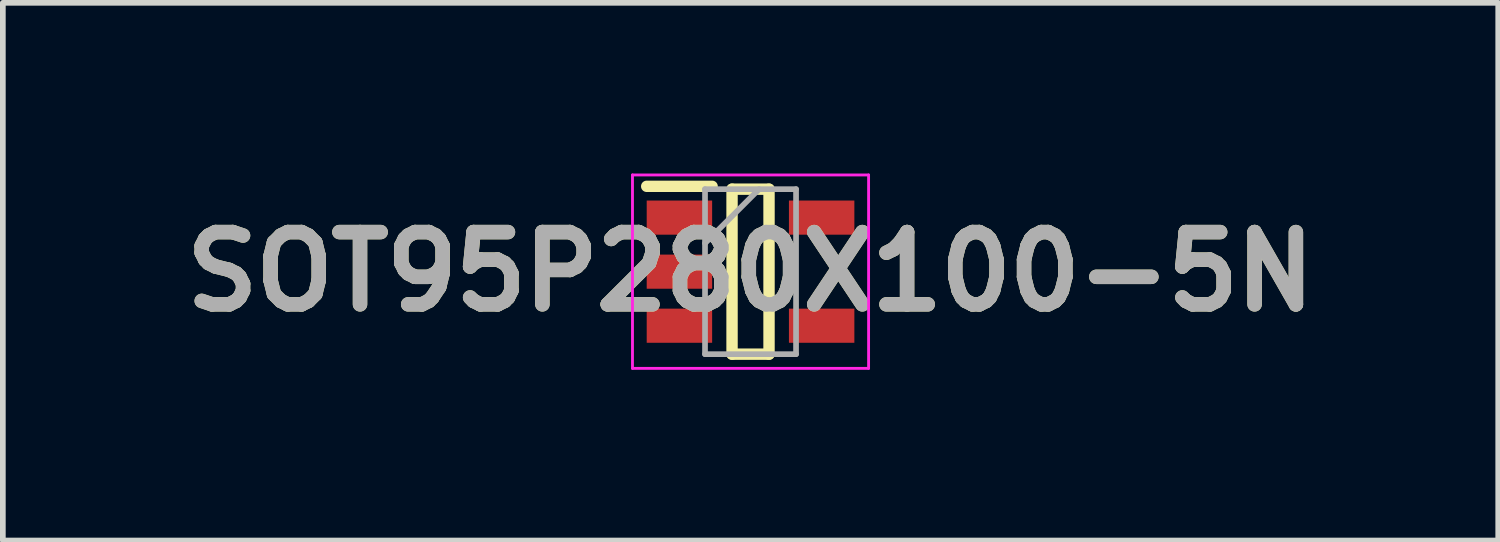
<source format=kicad_pcb>
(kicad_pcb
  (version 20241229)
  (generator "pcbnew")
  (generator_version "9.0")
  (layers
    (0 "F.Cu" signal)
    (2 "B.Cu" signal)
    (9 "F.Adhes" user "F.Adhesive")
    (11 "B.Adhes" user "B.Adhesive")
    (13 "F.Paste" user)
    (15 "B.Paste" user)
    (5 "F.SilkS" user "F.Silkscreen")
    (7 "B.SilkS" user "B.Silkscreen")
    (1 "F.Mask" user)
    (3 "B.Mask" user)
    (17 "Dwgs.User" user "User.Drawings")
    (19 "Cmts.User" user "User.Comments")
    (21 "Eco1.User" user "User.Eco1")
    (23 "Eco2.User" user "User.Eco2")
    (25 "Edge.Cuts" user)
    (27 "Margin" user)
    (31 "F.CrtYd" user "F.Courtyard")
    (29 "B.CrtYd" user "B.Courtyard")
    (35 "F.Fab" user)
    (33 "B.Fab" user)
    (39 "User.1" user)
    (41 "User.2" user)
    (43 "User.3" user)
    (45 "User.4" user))
  (footprint "SOT95P280X100-5N"
    (layer "F.Cu")
    (at 10.142 1.725)
    (property "Reference" "SOT95P280X100-5N" (at 0 0 0) (layer "F.SilkS") (effects (font (size 1.27 1.27) (thickness 0.254))))
    (attr smd)
    (fp_line (start -1.825 -1.5) (end -0.675 -1.5) (stroke (width 0.2) (type solid)) (layer "F.SilkS"))
    (fp_line (start -0.325 -1.45) (end 0.325 -1.45) (stroke (width 0.2) (type solid)) (layer "F.SilkS"))
    (fp_line (start -0.325 1.45) (end -0.325 -1.45) (stroke (width 0.2) (type solid)) (layer "F.SilkS"))
    (fp_line (start 0.325 -1.45) (end 0.325 1.45) (stroke (width 0.2) (type solid)) (layer "F.SilkS"))
    (fp_line (start 0.325 1.45) (end -0.325 1.45) (stroke (width 0.2) (type solid)) (layer "F.SilkS"))
    (fp_line (start -2.075 -1.7) (end 2.075 -1.7) (stroke (width 0.05) (type solid)) (layer "F.CrtYd"))
    (fp_line (start -2.075 1.7) (end -2.075 -1.7) (stroke (width 0.05) (type solid)) (layer "F.CrtYd"))
    (fp_line (start 2.075 -1.7) (end 2.075 1.7) (stroke (width 0.05) (type solid)) (layer "F.CrtYd"))
    (fp_line (start 2.075 1.7) (end -2.075 1.7) (stroke (width 0.05) (type solid)) (layer "F.CrtYd"))
    (fp_line (start -0.8 -1.45) (end 0.8 -1.45) (stroke (width 0.1) (type solid)) (layer "F.Fab"))
    (fp_line (start -0.8 -0.5) (end 0.15 -1.45) (stroke (width 0.1) (type solid)) (layer "F.Fab"))
    (fp_line (start -0.8 1.45) (end -0.8 -1.45) (stroke (width 0.1) (type solid)) (layer "F.Fab"))
    (fp_line (start 0.8 -1.45) (end 0.8 1.45) (stroke (width 0.1) (type solid)) (layer "F.Fab"))
    (fp_line (start 0.8 1.45) (end -0.8 1.45) (stroke (width 0.1) (type solid)) (layer "F.Fab"))
    (fp_text user "${REFERENCE}" (at 0 0 0) (layer "F.Fab") (effects (font (size 1.27 1.27) (thickness 0.254))))
    (pad "1" smd rect (at -1.25 -0.95 90) (size 0.6 1.15) (layers "F.Cu" "F.Mask" "F.Paste"))
    (pad "2" smd rect (at -1.25 0 90) (size 0.6 1.15) (layers "F.Cu" "F.Mask" "F.Paste"))
    (pad "3" smd rect (at -1.25 0.95 90) (size 0.6 1.15) (layers "F.Cu" "F.Mask" "F.Paste"))
    (pad "4" smd rect (at 1.25 0.95 90) (size 0.6 1.15) (layers "F.Cu" "F.Mask" "F.Paste"))
    (pad "5" smd rect (at 1.25 -0.95 90) (size 0.6 1.15) (layers "F.Cu" "F.Mask" "F.Paste")))
  (gr_rect
    (start -3 -3)
    (end 23.284 6.45)
    (stroke (width 0.1) (type default))
    (fill no)
    (layer "Edge.Cuts")))
</source>
